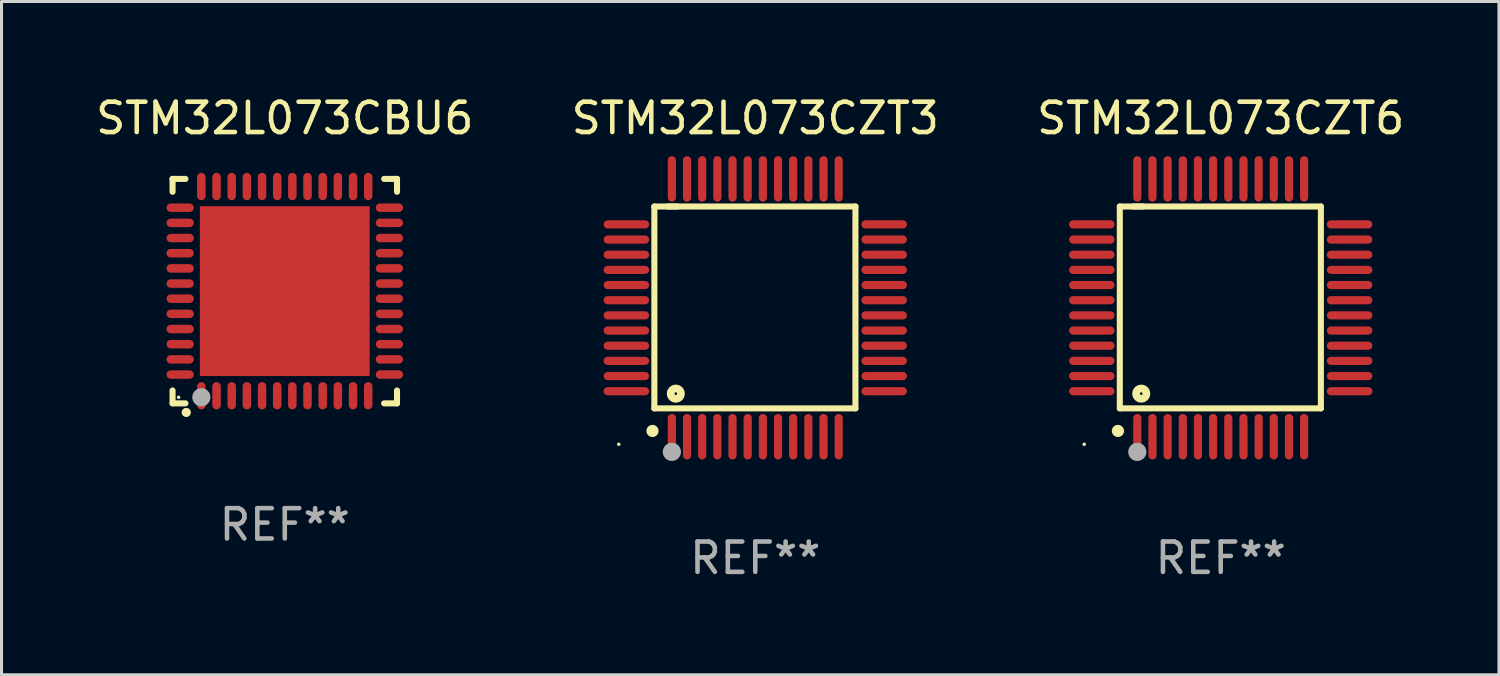
<source format=kicad_pcb>
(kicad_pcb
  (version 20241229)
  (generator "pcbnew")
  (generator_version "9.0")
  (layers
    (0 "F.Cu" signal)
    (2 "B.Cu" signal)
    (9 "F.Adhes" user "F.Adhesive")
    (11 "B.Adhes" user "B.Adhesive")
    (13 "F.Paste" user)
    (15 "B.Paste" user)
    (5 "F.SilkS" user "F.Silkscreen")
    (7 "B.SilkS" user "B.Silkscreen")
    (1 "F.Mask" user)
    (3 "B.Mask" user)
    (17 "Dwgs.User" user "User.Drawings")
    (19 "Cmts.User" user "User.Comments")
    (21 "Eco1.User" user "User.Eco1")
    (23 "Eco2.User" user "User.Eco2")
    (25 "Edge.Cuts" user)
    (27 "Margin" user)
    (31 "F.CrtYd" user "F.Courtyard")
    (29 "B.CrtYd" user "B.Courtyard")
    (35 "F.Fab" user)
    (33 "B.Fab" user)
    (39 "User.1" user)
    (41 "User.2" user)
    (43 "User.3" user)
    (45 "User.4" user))
  (footprint "STM32L073CZT3"
    (layer "F.Cu")
    (at 21.851 7.098)
    (property "Reference" "STM32L073CZT3" (at 0 -6.25 0) (layer "F.SilkS") (effects (font (size 1 1) (thickness 0.15))))
    (attr through_hole)
    (fp_line (start -3.327 -3.34) (end -2.565 -3.34) (stroke (width 0.2) (type solid)) (layer "F.SilkS"))
    (fp_line (start -3.327 3.315) (end -3.327 -3.34) (stroke (width 0.2) (type solid)) (layer "F.SilkS"))
    (fp_line (start -2.896 -3.34) (end 3.302 -3.34) (stroke (width 0.2) (type solid)) (layer "F.SilkS"))
    (fp_line (start 3.302 -3.34) (end 3.302 3.315) (stroke (width 0.2) (type solid)) (layer "F.SilkS"))
    (fp_line (start 3.302 3.315) (end -3.327 3.315) (stroke (width 0.2) (type solid)) (layer "F.SilkS"))
    (fp_arc (start -3.389992 4.059995) (mid -3.388722 4.059991) (end -3.387452 4.059995) (stroke (width 0.4) (type solid)) (layer "F.SilkS"))
    (fp_circle (center -4.5 4.5) (end -4.47 4.5) (stroke (width 0.06) (type solid)) (fill no) (layer "F.SilkS"))
    (fp_circle (center -2.62 2.83) (end -2.45 2.83) (stroke (width 0.254) (type solid)) (fill no) (layer "F.SilkS"))
    (fp_circle (center -2.75 4.75) (end -2.6 4.75) (stroke (width 0.3) (type solid)) (fill no) (layer "F.Fab"))
    (fp_text user "REF**" (at 0 8.25 0) (layer "F.Fab") (effects (font (size 1 1) (thickness 0.15))))
    (pad "1" smd oval (at -2.75 4.25) (size 0.27 1.5) (layers "F.Cu" "F.Mask" "F.Paste"))
    (pad "2" smd oval (at -2.25 4.25) (size 0.27 1.5) (layers "F.Cu" "F.Mask" "F.Paste"))
    (pad "3" smd oval (at -1.75 4.25) (size 0.27 1.5) (layers "F.Cu" "F.Mask" "F.Paste"))
    (pad "4" smd oval (at -1.25 4.25) (size 0.27 1.5) (layers "F.Cu" "F.Mask" "F.Paste"))
    (pad "5" smd oval (at -0.75 4.25) (size 0.27 1.5) (layers "F.Cu" "F.Mask" "F.Paste"))
    (pad "6" smd oval (at -0.25 4.25) (size 0.27 1.5) (layers "F.Cu" "F.Mask" "F.Paste"))
    (pad "7" smd oval (at 0.25 4.25) (size 0.27 1.5) (layers "F.Cu" "F.Mask" "F.Paste"))
    (pad "8" smd oval (at 0.75 4.25) (size 0.27 1.5) (layers "F.Cu" "F.Mask" "F.Paste"))
    (pad "9" smd oval (at 1.25 4.25) (size 0.27 1.5) (layers "F.Cu" "F.Mask" "F.Paste"))
    (pad "10" smd oval (at 1.75 4.25) (size 0.27 1.5) (layers "F.Cu" "F.Mask" "F.Paste"))
    (pad "11" smd oval (at 2.25 4.25) (size 0.27 1.5) (layers "F.Cu" "F.Mask" "F.Paste"))
    (pad "12" smd oval (at 2.75 4.25) (size 0.27 1.5) (layers "F.Cu" "F.Mask" "F.Paste"))
    (pad "13" smd oval (at 4.25 2.75) (size 1.5 0.27) (layers "F.Cu" "F.Mask" "F.Paste"))
    (pad "14" smd oval (at 4.25 2.25) (size 1.5 0.27) (layers "F.Cu" "F.Mask" "F.Paste"))
    (pad "15" smd oval (at 4.25 1.75) (size 1.5 0.27) (layers "F.Cu" "F.Mask" "F.Paste"))
    (pad "16" smd oval (at 4.25 1.25) (size 1.5 0.27) (layers "F.Cu" "F.Mask" "F.Paste"))
    (pad "17" smd oval (at 4.25 0.75) (size 1.5 0.27) (layers "F.Cu" "F.Mask" "F.Paste"))
    (pad "18" smd oval (at 4.25 0.25) (size 1.5 0.27) (layers "F.Cu" "F.Mask" "F.Paste"))
    (pad "19" smd oval (at 4.25 -0.25) (size 1.5 0.27) (layers "F.Cu" "F.Mask" "F.Paste"))
    (pad "20" smd oval (at 4.25 -0.75) (size 1.5 0.27) (layers "F.Cu" "F.Mask" "F.Paste"))
    (pad "21" smd oval (at 4.25 -1.25) (size 1.5 0.27) (layers "F.Cu" "F.Mask" "F.Paste"))
    (pad "22" smd oval (at 4.25 -1.75) (size 1.5 0.27) (layers "F.Cu" "F.Mask" "F.Paste"))
    (pad "23" smd oval (at 4.25 -2.25) (size 1.5 0.27) (layers "F.Cu" "F.Mask" "F.Paste"))
    (pad "24" smd oval (at 4.25 -2.75) (size 1.5 0.27) (layers "F.Cu" "F.Mask" "F.Paste"))
    (pad "25" smd oval (at 2.75 -4.25) (size 0.27 1.5) (layers "F.Cu" "F.Mask" "F.Paste"))
    (pad "26" smd oval (at 2.25 -4.25) (size 0.27 1.5) (layers "F.Cu" "F.Mask" "F.Paste"))
    (pad "27" smd oval (at 1.75 -4.25) (size 0.27 1.5) (layers "F.Cu" "F.Mask" "F.Paste"))
    (pad "28" smd oval (at 1.25 -4.25) (size 0.27 1.5) (layers "F.Cu" "F.Mask" "F.Paste"))
    (pad "29" smd oval (at 0.75 -4.25) (size 0.27 1.5) (layers "F.Cu" "F.Mask" "F.Paste"))
    (pad "30" smd oval (at 0.25 -4.25) (size 0.27 1.5) (layers "F.Cu" "F.Mask" "F.Paste"))
    (pad "31" smd oval (at -0.25 -4.25) (size 0.27 1.5) (layers "F.Cu" "F.Mask" "F.Paste"))
    (pad "32" smd oval (at -0.75 -4.25) (size 0.27 1.5) (layers "F.Cu" "F.Mask" "F.Paste"))
    (pad "33" smd oval (at -1.25 -4.25) (size 0.27 1.5) (layers "F.Cu" "F.Mask" "F.Paste"))
    (pad "34" smd oval (at -1.75 -4.25) (size 0.27 1.5) (layers "F.Cu" "F.Mask" "F.Paste"))
    (pad "35" smd oval (at -2.25 -4.25) (size 0.27 1.5) (layers "F.Cu" "F.Mask" "F.Paste"))
    (pad "36" smd oval (at -2.75 -4.25) (size 0.27 1.5) (layers "F.Cu" "F.Mask" "F.Paste"))
    (pad "37" smd oval (at -4.25 -2.75) (size 1.5 0.27) (layers "F.Cu" "F.Mask" "F.Paste"))
    (pad "38" smd oval (at -4.25 -2.25) (size 1.5 0.27) (layers "F.Cu" "F.Mask" "F.Paste"))
    (pad "39" smd oval (at -4.25 -1.75) (size 1.5 0.27) (layers "F.Cu" "F.Mask" "F.Paste"))
    (pad "40" smd oval (at -4.25 -1.25) (size 1.5 0.27) (layers "F.Cu" "F.Mask" "F.Paste"))
    (pad "41" smd oval (at -4.25 -0.75) (size 1.5 0.27) (layers "F.Cu" "F.Mask" "F.Paste"))
    (pad "42" smd oval (at -4.25 -0.25) (size 1.5 0.27) (layers "F.Cu" "F.Mask" "F.Paste"))
    (pad "43" smd oval (at -4.25 0.25) (size 1.5 0.27) (layers "F.Cu" "F.Mask" "F.Paste"))
    (pad "44" smd oval (at -4.25 0.75) (size 1.5 0.27) (layers "F.Cu" "F.Mask" "F.Paste"))
    (pad "45" smd oval (at -4.25 1.25) (size 1.5 0.27) (layers "F.Cu" "F.Mask" "F.Paste"))
    (pad "46" smd oval (at -4.25 1.75) (size 1.5 0.27) (layers "F.Cu" "F.Mask" "F.Paste"))
    (pad "47" smd oval (at -4.25 2.25) (size 1.5 0.27) (layers "F.Cu" "F.Mask" "F.Paste"))
    (pad "48" smd oval (at -4.25 2.75) (size 1.5 0.27) (layers "F.Cu" "F.Mask" "F.Paste")))
  (footprint "STM32L073CBU6"
    (layer "F.Cu")
    (at 6.339 6.548)
    (property "Reference" "STM32L073CBU6" (at 0 -5.7 0) (layer "F.SilkS") (effects (font (size 1 1) (thickness 0.15))))
    (attr through_hole)
    (fp_line (start -3.7 -3.7) (end -3.275 -3.7) (stroke (width 0.2) (type solid)) (layer "F.SilkS"))
    (fp_line (start -3.7 -3.275) (end -3.7 -3.7) (stroke (width 0.2) (type solid)) (layer "F.SilkS"))
    (fp_line (start -3.7 3.7) (end -3.7 3.275) (stroke (width 0.2) (type solid)) (layer "F.SilkS"))
    (fp_line (start -3.275 3.7) (end -3.7 3.7) (stroke (width 0.2) (type solid)) (layer "F.SilkS"))
    (fp_line (start 3.7 -3.7) (end 3.275 -3.7) (stroke (width 0.2) (type solid)) (layer "F.SilkS"))
    (fp_line (start 3.7 -3.275) (end 3.7 -3.7) (stroke (width 0.2) (type solid)) (layer "F.SilkS"))
    (fp_line (start 3.7 3.275) (end 3.7 3.7) (stroke (width 0.2) (type solid)) (layer "F.SilkS"))
    (fp_line (start 3.7 3.7) (end 3.275 3.7) (stroke (width 0.2) (type solid)) (layer "F.SilkS"))
    (fp_arc (start -3.249936 3.999975) (mid -3.248666 3.99997) (end -3.247396 3.999975) (stroke (width 0.3) (type solid)) (layer "F.SilkS"))
    (fp_circle (center -3.5 3.5) (end -3.47 3.5) (stroke (width 0.06) (type solid)) (fill no) (layer "F.SilkS"))
    (fp_circle (center -2.75 3.5) (end -2.6 3.5) (stroke (width 0.3) (type solid)) (fill no) (layer "F.Fab"))
    (fp_text user "REF**" (at 0 7.7 0) (layer "F.Fab") (effects (font (size 1 1) (thickness 0.15))))
    (pad "1" smd oval (at -2.751 3.449) (size 0.28 0.9) (layers "F.Cu" "F.Mask" "F.Paste"))
    (pad "2" smd oval (at -2.25 3.449) (size 0.28 0.9) (layers "F.Cu" "F.Mask" "F.Paste"))
    (pad "3" smd oval (at -1.75 3.449) (size 0.28 0.9) (layers "F.Cu" "F.Mask" "F.Paste"))
    (pad "4" smd oval (at -1.25 3.449) (size 0.28 0.9) (layers "F.Cu" "F.Mask" "F.Paste"))
    (pad "5" smd oval (at -0.749 3.449) (size 0.28 0.9) (layers "F.Cu" "F.Mask" "F.Paste"))
    (pad "6" smd oval (at -0.249 3.449) (size 0.28 0.9) (layers "F.Cu" "F.Mask" "F.Paste"))
    (pad "7" smd oval (at 0.249 3.449) (size 0.28 0.9) (layers "F.Cu" "F.Mask" "F.Paste"))
    (pad "8" smd oval (at 0.749 3.449) (size 0.28 0.9) (layers "F.Cu" "F.Mask" "F.Paste"))
    (pad "9" smd oval (at 1.25 3.449) (size 0.28 0.9) (layers "F.Cu" "F.Mask" "F.Paste"))
    (pad "10" smd oval (at 1.75 3.449) (size 0.28 0.9) (layers "F.Cu" "F.Mask" "F.Paste"))
    (pad "11" smd oval (at 2.251 3.449) (size 0.28 0.9) (layers "F.Cu" "F.Mask" "F.Paste"))
    (pad "12" smd oval (at 2.751 3.449) (size 0.28 0.9) (layers "F.Cu" "F.Mask" "F.Paste"))
    (pad "13" smd oval (at 3.449 2.75) (size 0.9 0.28) (layers "F.Cu" "F.Mask" "F.Paste"))
    (pad "14" smd oval (at 3.449 2.25) (size 0.9 0.28) (layers "F.Cu" "F.Mask" "F.Paste"))
    (pad "15" smd oval (at 3.449 1.75) (size 0.9 0.28) (layers "F.Cu" "F.Mask" "F.Paste"))
    (pad "16" smd oval (at 3.449 1.25) (size 0.9 0.28) (layers "F.Cu" "F.Mask" "F.Paste"))
    (pad "17" smd oval (at 3.449 0.75) (size 0.9 0.28) (layers "F.Cu" "F.Mask" "F.Paste"))
    (pad "18" smd oval (at 3.449 0.25) (size 0.9 0.28) (layers "F.Cu" "F.Mask" "F.Paste"))
    (pad "19" smd oval (at 3.449 -0.25) (size 0.9 0.28) (layers "F.Cu" "F.Mask" "F.Paste"))
    (pad "20" smd oval (at 3.449 -0.75) (size 0.9 0.28) (layers "F.Cu" "F.Mask" "F.Paste"))
    (pad "21" smd oval (at 3.449 -1.25) (size 0.9 0.28) (layers "F.Cu" "F.Mask" "F.Paste"))
    (pad "22" smd oval (at 3.449 -1.75) (size 0.9 0.28) (layers "F.Cu" "F.Mask" "F.Paste"))
    (pad "23" smd oval (at 3.449 -2.25) (size 0.9 0.28) (layers "F.Cu" "F.Mask" "F.Paste"))
    (pad "24" smd oval (at 3.449 -2.75) (size 0.9 0.28) (layers "F.Cu" "F.Mask" "F.Paste"))
    (pad "25" smd oval (at 2.751 -3.449) (size 0.28 0.9) (layers "F.Cu" "F.Mask" "F.Paste"))
    (pad "26" smd oval (at 2.251 -3.449) (size 0.28 0.9) (layers "F.Cu" "F.Mask" "F.Paste"))
    (pad "27" smd oval (at 1.75 -3.449) (size 0.28 0.9) (layers "F.Cu" "F.Mask" "F.Paste"))
    (pad "28" smd oval (at 1.25 -3.449) (size 0.28 0.9) (layers "F.Cu" "F.Mask" "F.Paste"))
    (pad "29" smd oval (at 0.749 -3.449) (size 0.28 0.9) (layers "F.Cu" "F.Mask" "F.Paste"))
    (pad "30" smd oval (at 0.249 -3.449) (size 0.28 0.9) (layers "F.Cu" "F.Mask" "F.Paste"))
    (pad "31" smd oval (at -0.249 -3.449) (size 0.28 0.9) (layers "F.Cu" "F.Mask" "F.Paste"))
    (pad "32" smd oval (at -0.749 -3.449) (size 0.28 0.9) (layers "F.Cu" "F.Mask" "F.Paste"))
    (pad "33" smd oval (at -1.25 -3.449) (size 0.28 0.9) (layers "F.Cu" "F.Mask" "F.Paste"))
    (pad "34" smd oval (at -1.75 -3.449) (size 0.28 0.9) (layers "F.Cu" "F.Mask" "F.Paste"))
    (pad "35" smd oval (at -2.25 -3.449) (size 0.28 0.9) (layers "F.Cu" "F.Mask" "F.Paste"))
    (pad "36" smd oval (at -2.751 -3.449) (size 0.28 0.9) (layers "F.Cu" "F.Mask" "F.Paste"))
    (pad "37" smd oval (at -3.449 -2.751) (size 0.9 0.28) (layers "F.Cu" "F.Mask" "F.Paste"))
    (pad "38" smd oval (at -3.449 -2.25) (size 0.9 0.28) (layers "F.Cu" "F.Mask" "F.Paste"))
    (pad "39" smd oval (at -3.449 -1.75) (size 0.9 0.28) (layers "F.Cu" "F.Mask" "F.Paste"))
    (pad "40" smd oval (at -3.449 -1.25) (size 0.9 0.28) (layers "F.Cu" "F.Mask" "F.Paste"))
    (pad "41" smd oval (at -3.449 -0.749) (size 0.9 0.28) (layers "F.Cu" "F.Mask" "F.Paste"))
    (pad "42" smd oval (at -3.449 -0.249) (size 0.9 0.28) (layers "F.Cu" "F.Mask" "F.Paste"))
    (pad "43" smd oval (at -3.449 0.249) (size 0.9 0.28) (layers "F.Cu" "F.Mask" "F.Paste"))
    (pad "44" smd oval (at -3.449 0.749) (size 0.9 0.28) (layers "F.Cu" "F.Mask" "F.Paste"))
    (pad "45" smd oval (at -3.449 1.25) (size 0.9 0.28) (layers "F.Cu" "F.Mask" "F.Paste"))
    (pad "46" smd oval (at -3.449 1.75) (size 0.9 0.28) (layers "F.Cu" "F.Mask" "F.Paste"))
    (pad "47" smd oval (at -3.449 2.25) (size 0.9 0.28) (layers "F.Cu" "F.Mask" "F.Paste"))
    (pad "48" smd oval (at -3.449 2.751) (size 0.9 0.28) (layers "F.Cu" "F.Mask" "F.Paste"))
    (pad "49" smd rect (at 0.000076 -0.000025) (size 5.6 5.6) (layers "F.Cu" "F.Mask" "F.Paste")))
  (footprint "STM32L073CZT6"
    (layer "F.Cu")
    (at 37.196 7.098)
    (property "Reference" "STM32L073CZT6" (at 0 -6.25 0) (layer "F.SilkS") (effects (font (size 1 1) (thickness 0.15))))
    (attr through_hole)
    (fp_line (start -3.327 -3.34) (end -2.565 -3.34) (stroke (width 0.2) (type solid)) (layer "F.SilkS"))
    (fp_line (start -3.327 3.315) (end -3.327 -3.34) (stroke (width 0.2) (type solid)) (layer "F.SilkS"))
    (fp_line (start -2.896 -3.34) (end 3.302 -3.34) (stroke (width 0.2) (type solid)) (layer "F.SilkS"))
    (fp_line (start 3.302 -3.34) (end 3.302 3.315) (stroke (width 0.2) (type solid)) (layer "F.SilkS"))
    (fp_line (start 3.302 3.315) (end -3.327 3.315) (stroke (width 0.2) (type solid)) (layer "F.SilkS"))
    (fp_arc (start -3.389992 4.059995) (mid -3.388722 4.059991) (end -3.387452 4.059995) (stroke (width 0.4) (type solid)) (layer "F.SilkS"))
    (fp_circle (center -4.5 4.5) (end -4.47 4.5) (stroke (width 0.06) (type solid)) (fill no) (layer "F.SilkS"))
    (fp_circle (center -2.62 2.83) (end -2.45 2.83) (stroke (width 0.254) (type solid)) (fill no) (layer "F.SilkS"))
    (fp_circle (center -2.75 4.75) (end -2.6 4.75) (stroke (width 0.3) (type solid)) (fill no) (layer "F.Fab"))
    (fp_text user "REF**" (at 0 8.25 0) (layer "F.Fab") (effects (font (size 1 1) (thickness 0.15))))
    (pad "1" smd oval (at -2.75 4.25) (size 0.27 1.5) (layers "F.Cu" "F.Mask" "F.Paste"))
    (pad "2" smd oval (at -2.25 4.25) (size 0.27 1.5) (layers "F.Cu" "F.Mask" "F.Paste"))
    (pad "3" smd oval (at -1.75 4.25) (size 0.27 1.5) (layers "F.Cu" "F.Mask" "F.Paste"))
    (pad "4" smd oval (at -1.25 4.25) (size 0.27 1.5) (layers "F.Cu" "F.Mask" "F.Paste"))
    (pad "5" smd oval (at -0.75 4.25) (size 0.27 1.5) (layers "F.Cu" "F.Mask" "F.Paste"))
    (pad "6" smd oval (at -0.25 4.25) (size 0.27 1.5) (layers "F.Cu" "F.Mask" "F.Paste"))
    (pad "7" smd oval (at 0.25 4.25) (size 0.27 1.5) (layers "F.Cu" "F.Mask" "F.Paste"))
    (pad "8" smd oval (at 0.75 4.25) (size 0.27 1.5) (layers "F.Cu" "F.Mask" "F.Paste"))
    (pad "9" smd oval (at 1.25 4.25) (size 0.27 1.5) (layers "F.Cu" "F.Mask" "F.Paste"))
    (pad "10" smd oval (at 1.75 4.25) (size 0.27 1.5) (layers "F.Cu" "F.Mask" "F.Paste"))
    (pad "11" smd oval (at 2.25 4.25) (size 0.27 1.5) (layers "F.Cu" "F.Mask" "F.Paste"))
    (pad "12" smd oval (at 2.75 4.25) (size 0.27 1.5) (layers "F.Cu" "F.Mask" "F.Paste"))
    (pad "13" smd oval (at 4.25 2.75) (size 1.5 0.27) (layers "F.Cu" "F.Mask" "F.Paste"))
    (pad "14" smd oval (at 4.25 2.25) (size 1.5 0.27) (layers "F.Cu" "F.Mask" "F.Paste"))
    (pad "15" smd oval (at 4.25 1.75) (size 1.5 0.27) (layers "F.Cu" "F.Mask" "F.Paste"))
    (pad "16" smd oval (at 4.25 1.25) (size 1.5 0.27) (layers "F.Cu" "F.Mask" "F.Paste"))
    (pad "17" smd oval (at 4.25 0.75) (size 1.5 0.27) (layers "F.Cu" "F.Mask" "F.Paste"))
    (pad "18" smd oval (at 4.25 0.25) (size 1.5 0.27) (layers "F.Cu" "F.Mask" "F.Paste"))
    (pad "19" smd oval (at 4.25 -0.25) (size 1.5 0.27) (layers "F.Cu" "F.Mask" "F.Paste"))
    (pad "20" smd oval (at 4.25 -0.75) (size 1.5 0.27) (layers "F.Cu" "F.Mask" "F.Paste"))
    (pad "21" smd oval (at 4.25 -1.25) (size 1.5 0.27) (layers "F.Cu" "F.Mask" "F.Paste"))
    (pad "22" smd oval (at 4.25 -1.75) (size 1.5 0.27) (layers "F.Cu" "F.Mask" "F.Paste"))
    (pad "23" smd oval (at 4.25 -2.25) (size 1.5 0.27) (layers "F.Cu" "F.Mask" "F.Paste"))
    (pad "24" smd oval (at 4.25 -2.75) (size 1.5 0.27) (layers "F.Cu" "F.Mask" "F.Paste"))
    (pad "25" smd oval (at 2.75 -4.25) (size 0.27 1.5) (layers "F.Cu" "F.Mask" "F.Paste"))
    (pad "26" smd oval (at 2.25 -4.25) (size 0.27 1.5) (layers "F.Cu" "F.Mask" "F.Paste"))
    (pad "27" smd oval (at 1.75 -4.25) (size 0.27 1.5) (layers "F.Cu" "F.Mask" "F.Paste"))
    (pad "28" smd oval (at 1.25 -4.25) (size 0.27 1.5) (layers "F.Cu" "F.Mask" "F.Paste"))
    (pad "29" smd oval (at 0.75 -4.25) (size 0.27 1.5) (layers "F.Cu" "F.Mask" "F.Paste"))
    (pad "30" smd oval (at 0.25 -4.25) (size 0.27 1.5) (layers "F.Cu" "F.Mask" "F.Paste"))
    (pad "31" smd oval (at -0.25 -4.25) (size 0.27 1.5) (layers "F.Cu" "F.Mask" "F.Paste"))
    (pad "32" smd oval (at -0.75 -4.25) (size 0.27 1.5) (layers "F.Cu" "F.Mask" "F.Paste"))
    (pad "33" smd oval (at -1.25 -4.25) (size 0.27 1.5) (layers "F.Cu" "F.Mask" "F.Paste"))
    (pad "34" smd oval (at -1.75 -4.25) (size 0.27 1.5) (layers "F.Cu" "F.Mask" "F.Paste"))
    (pad "35" smd oval (at -2.25 -4.25) (size 0.27 1.5) (layers "F.Cu" "F.Mask" "F.Paste"))
    (pad "36" smd oval (at -2.75 -4.25) (size 0.27 1.5) (layers "F.Cu" "F.Mask" "F.Paste"))
    (pad "37" smd oval (at -4.25 -2.75) (size 1.5 0.27) (layers "F.Cu" "F.Mask" "F.Paste"))
    (pad "38" smd oval (at -4.25 -2.25) (size 1.5 0.27) (layers "F.Cu" "F.Mask" "F.Paste"))
    (pad "39" smd oval (at -4.25 -1.75) (size 1.5 0.27) (layers "F.Cu" "F.Mask" "F.Paste"))
    (pad "40" smd oval (at -4.25 -1.25) (size 1.5 0.27) (layers "F.Cu" "F.Mask" "F.Paste"))
    (pad "41" smd oval (at -4.25 -0.75) (size 1.5 0.27) (layers "F.Cu" "F.Mask" "F.Paste"))
    (pad "42" smd oval (at -4.25 -0.25) (size 1.5 0.27) (layers "F.Cu" "F.Mask" "F.Paste"))
    (pad "43" smd oval (at -4.25 0.25) (size 1.5 0.27) (layers "F.Cu" "F.Mask" "F.Paste"))
    (pad "44" smd oval (at -4.25 0.75) (size 1.5 0.27) (layers "F.Cu" "F.Mask" "F.Paste"))
    (pad "45" smd oval (at -4.25 1.25) (size 1.5 0.27) (layers "F.Cu" "F.Mask" "F.Paste"))
    (pad "46" smd oval (at -4.25 1.75) (size 1.5 0.27) (layers "F.Cu" "F.Mask" "F.Paste"))
    (pad "47" smd oval (at -4.25 2.25) (size 1.5 0.27) (layers "F.Cu" "F.Mask" "F.Paste"))
    (pad "48" smd oval (at -4.25 2.75) (size 1.5 0.27) (layers "F.Cu" "F.Mask" "F.Paste")))
  (gr_rect
    (start -3 -3)
    (end 46.369 19.196)
    (stroke (width 0.1) (type default))
    (fill no)
    (layer "Edge.Cuts")))
</source>
